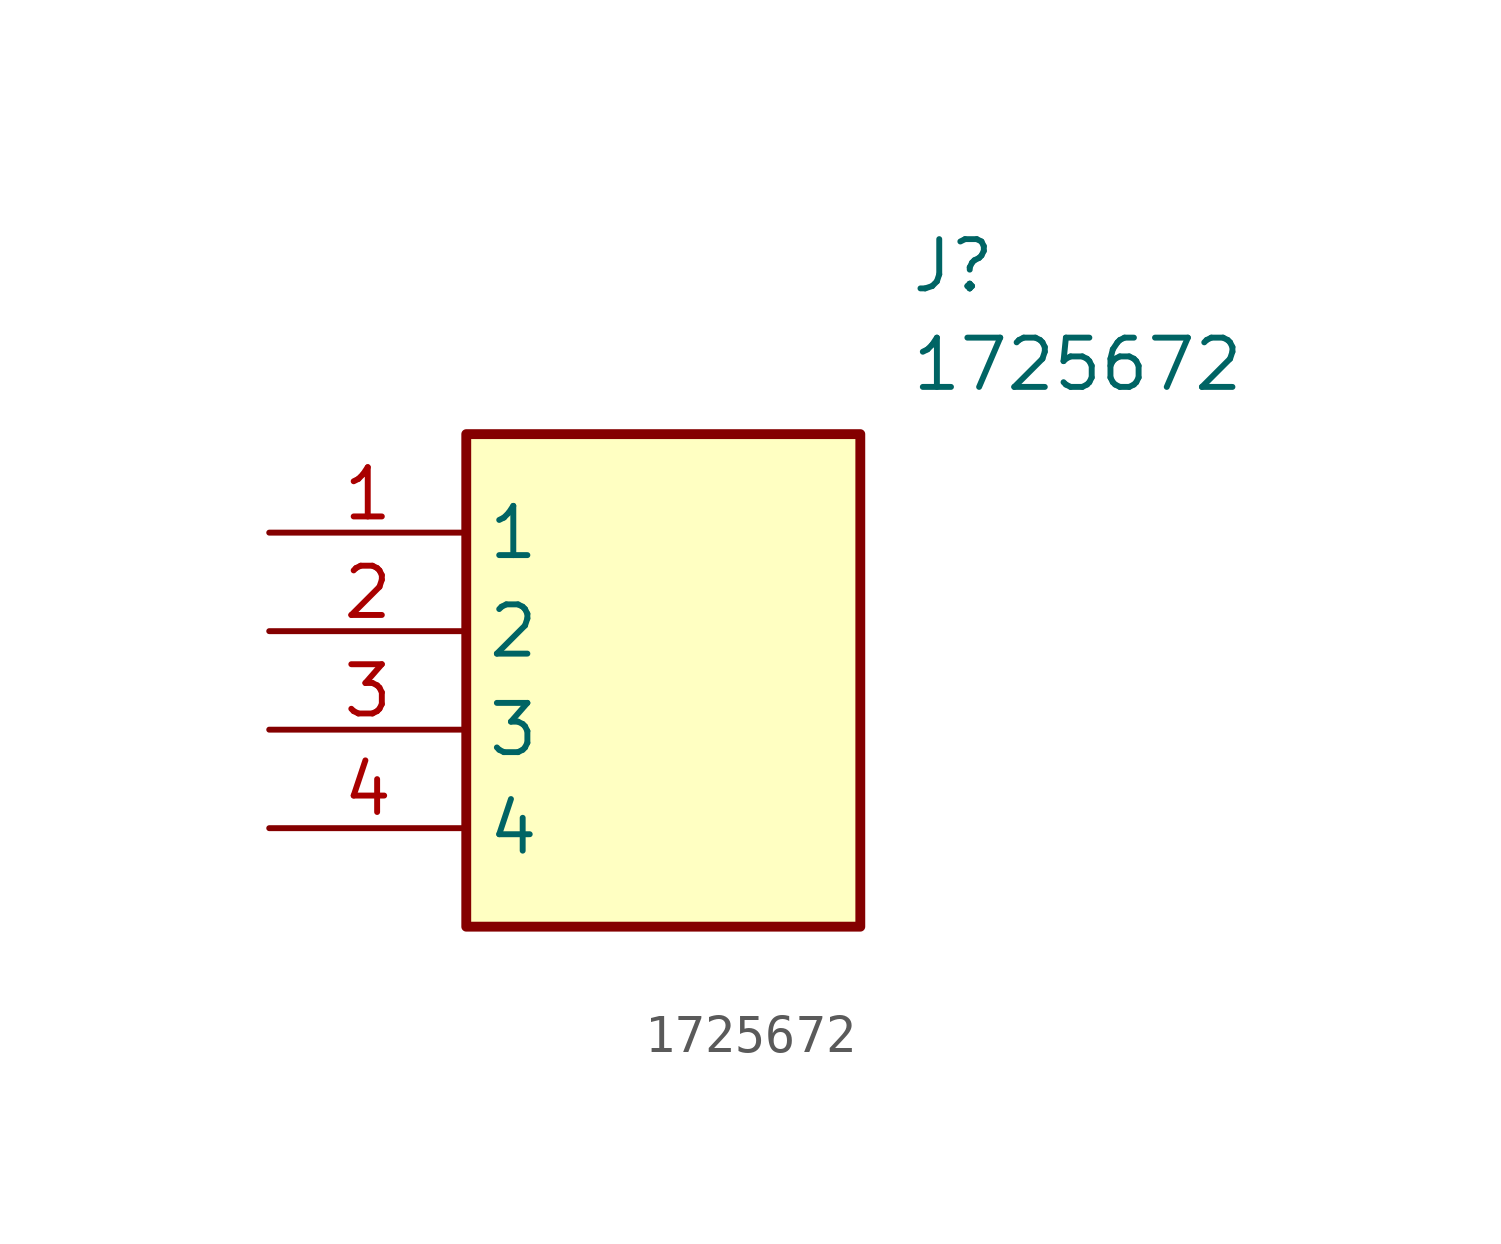
<source format=kicad_sym>
(kicad_symbol_lib
  (version 20211014)
  (generator SamacSys_ECAD_Model)
  (symbol "1725672"
    (property "Reference" "J"
      (at 16.51 7.62 0)
      (effects (font (size 1.27 1.27)) (justify left top)))
    (property "Value" "1725672"
      (at 16.51 5.08 0)
      (effects (font (size 1.27 1.27)) (justify left top)))
    (rectangle
      (start 5.08 2.54)
      (end 15.24 -10.16)
      (stroke (width 0.254) (type default))
      (fill (type background)))
    (pin passive line
      (at 0 0 0)
      (length 5.08)
      (name "1" (effects (font (size 1.27 1.27))))
      (number "1" (effects (font (size 1.27 1.27)))))
    (pin passive line
      (at 0 -2.54 0)
      (length 5.08)
      (name "2" (effects (font (size 1.27 1.27))))
      (number "2" (effects (font (size 1.27 1.27)))))
    (pin passive line
      (at 0 -5.08 0)
      (length 5.08)
      (name "3" (effects (font (size 1.27 1.27))))
      (number "3" (effects (font (size 1.27 1.27)))))
    (pin passive line
      (at 0 -7.62 0)
      (length 5.08)
      (name "4" (effects (font (size 1.27 1.27))))
      (number "4" (effects (font (size 1.27 1.27)))))))
</source>
